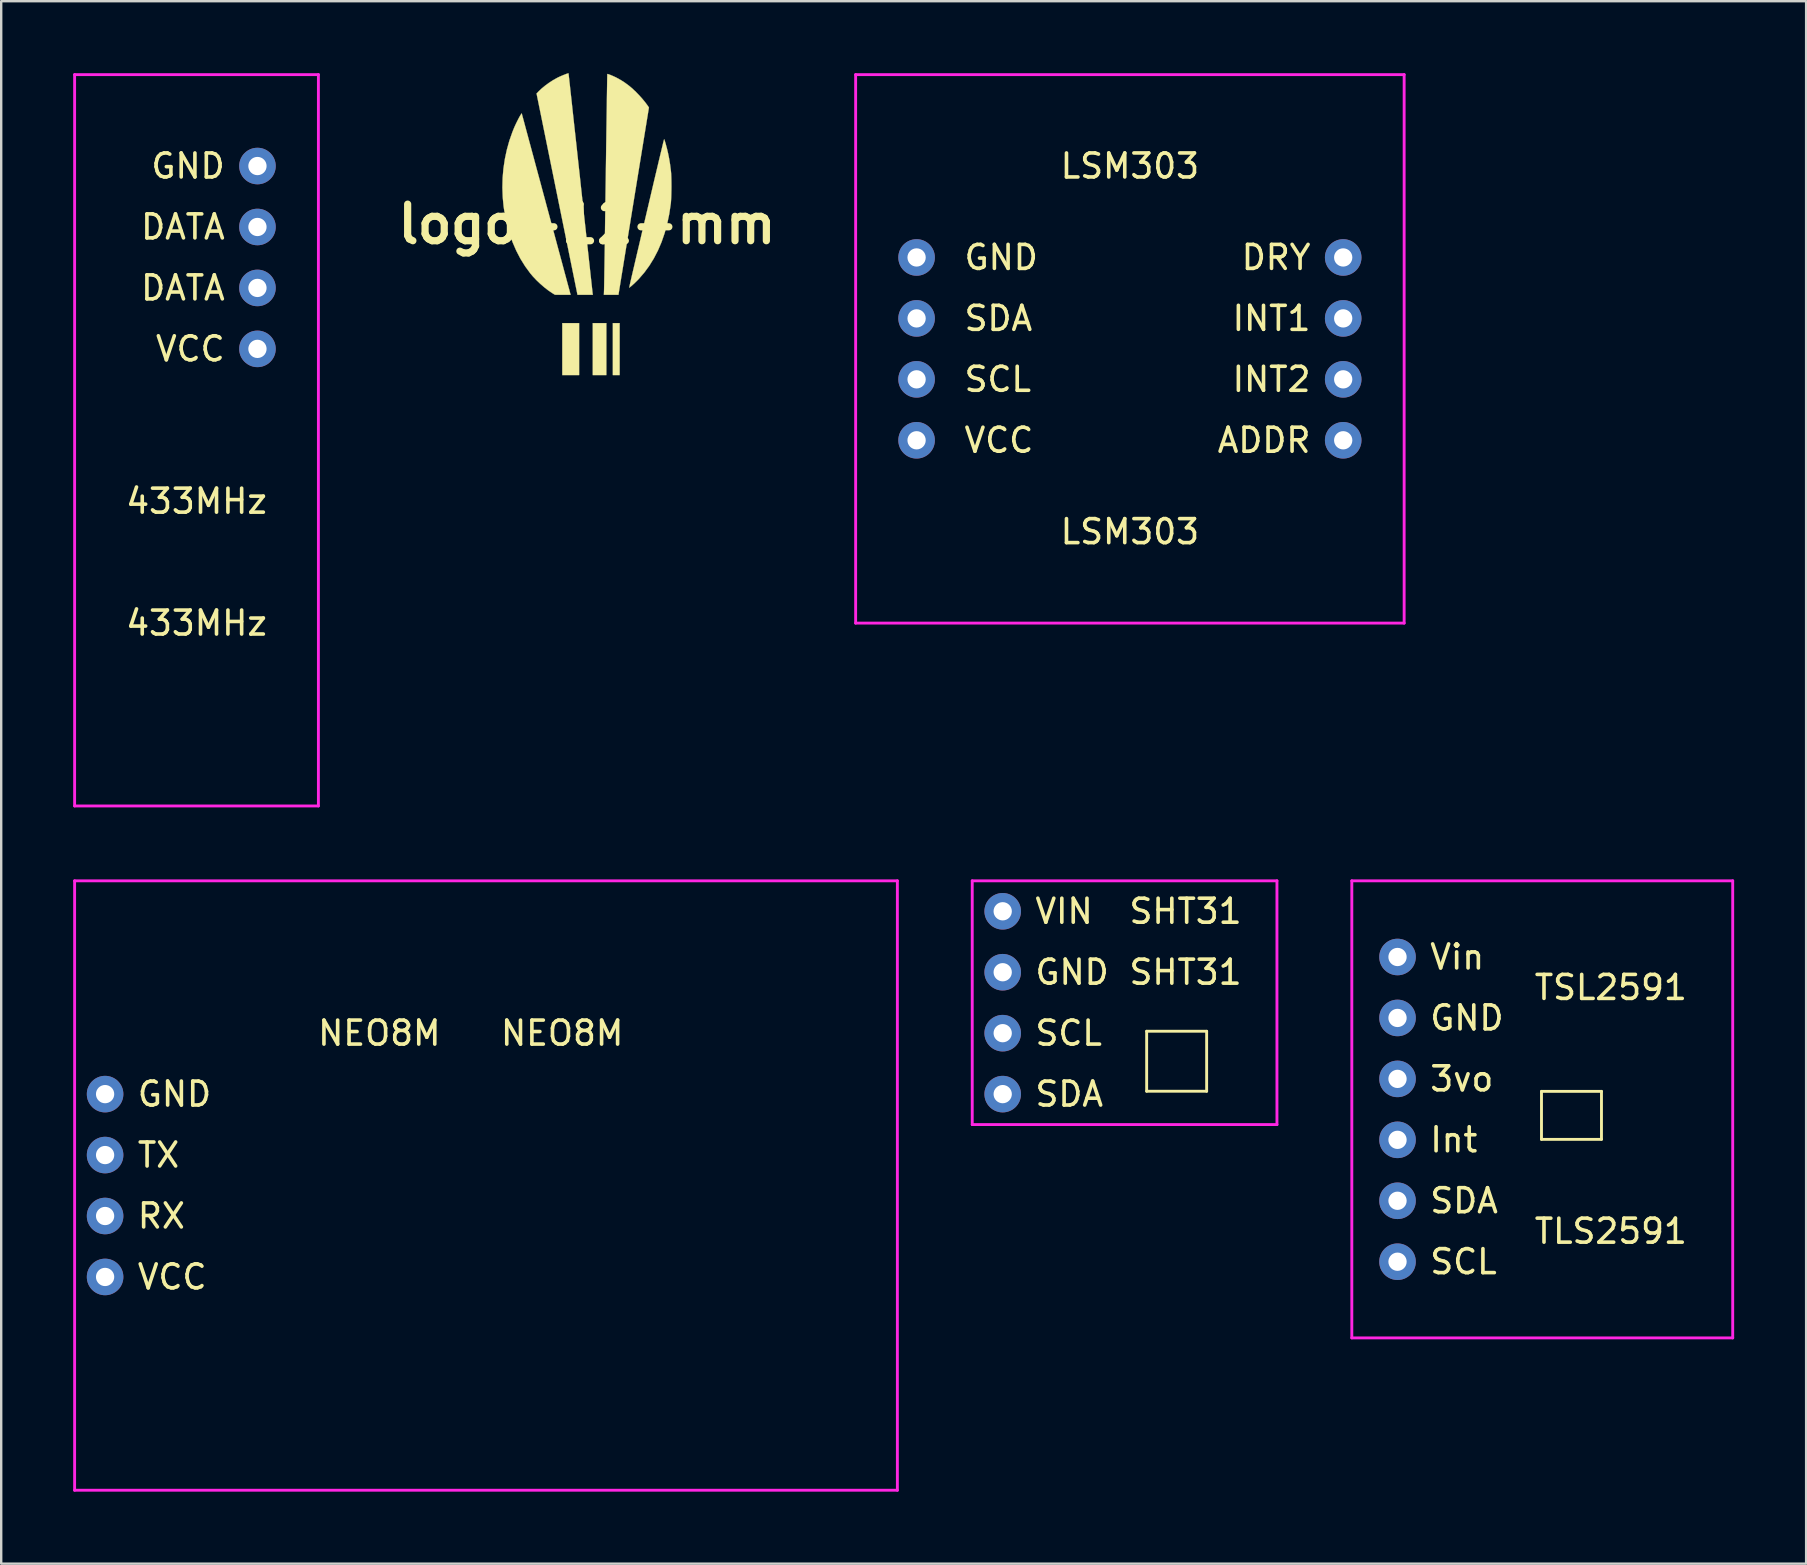
<source format=kicad_pcb>
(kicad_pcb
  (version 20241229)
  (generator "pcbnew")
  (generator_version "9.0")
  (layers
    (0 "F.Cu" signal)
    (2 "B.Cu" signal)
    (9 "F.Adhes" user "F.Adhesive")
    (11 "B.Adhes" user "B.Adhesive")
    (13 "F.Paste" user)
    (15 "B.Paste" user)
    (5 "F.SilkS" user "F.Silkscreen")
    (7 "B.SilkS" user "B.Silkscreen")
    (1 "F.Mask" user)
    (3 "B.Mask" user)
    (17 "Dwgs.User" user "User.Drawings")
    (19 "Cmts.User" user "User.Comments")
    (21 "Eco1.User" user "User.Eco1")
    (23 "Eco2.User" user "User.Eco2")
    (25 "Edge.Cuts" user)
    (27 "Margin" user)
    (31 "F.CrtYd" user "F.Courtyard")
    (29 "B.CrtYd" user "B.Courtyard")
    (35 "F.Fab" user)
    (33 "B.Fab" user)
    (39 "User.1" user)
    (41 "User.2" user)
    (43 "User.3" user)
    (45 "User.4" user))
  (footprint "logo-12-mm"
    (layer "F.Cu")
    (at 21.415 6.293)
    (property "Reference" "logo-12-mm" (at 0 0 0) (layer "F.SilkS") (effects (font (size 1.524 1.524) (thickness 0.3))))
    (attr through_hole)
    (fp_poly (pts (xy -0.329 6.29) (xy -1.031 6.29) (xy -1.031 4.124) (xy -0.329 4.124) (xy -0.329 6.29)) (stroke (width 0.01) (type solid)) (fill yes) (layer "F.SilkS"))
    (fp_poly (pts (xy 0.807 6.29) (xy 0.239 6.29) (xy 0.239 4.124) (xy 0.807 4.124) (xy 0.807 6.29)) (stroke (width 0.01) (type solid)) (fill yes) (layer "F.SilkS"))
    (fp_poly (pts (xy 1.36 6.29) (xy 1.076 6.29) (xy 1.076 4.124) (xy 1.36 4.124) (xy 1.36 6.29)) (stroke (width 0.01) (type solid)) (fill yes) (layer "F.SilkS"))
    (fp_poly (pts (xy -0.771 -6.287) (xy -0.769 -6.272) (xy -0.764 -6.229) (xy -0.756 -6.158) (xy -0.745 -6.06) (xy -0.732 -5.938) (xy -0.715 -5.791) (xy -0.697 -5.622) (xy -0.676 -5.431) (xy -0.652 -5.219) (xy -0.627 -4.988) (xy -0.6 -4.738) (xy -0.571 -4.471) (xy -0.54 -4.188) (xy -0.507 -3.89) (xy -0.473 -3.579) (xy -0.437 -3.254) (xy -0.401 -2.919) (xy -0.363 -2.572) (xy -0.324 -2.217) (xy -0.284 -1.853) (xy -0.27 -1.718) (xy -0.23 -1.351) (xy -0.191 -0.992) (xy -0.152 -0.641) (xy -0.115 -0.3) (xy -0.079 0.03) (xy -0.044 0.348) (xy -0.011 0.653) (xy 0.021 0.944) (xy 0.051 1.219) (xy 0.079 1.477) (xy 0.106 1.718) (xy 0.13 1.939) (xy 0.152 2.141) (xy 0.172 2.321) (xy 0.189 2.479) (xy 0.204 2.613) (xy 0.216 2.723) (xy 0.225 2.806) (xy 0.232 2.863) (xy 0.235 2.892) (xy 0.235 2.895) (xy 0.243 2.943) (xy -0.397 2.943) (xy -1.25 -1.251) (xy -2.103 -5.446) (xy -2.019 -5.533) (xy -1.894 -5.652) (xy -1.747 -5.773) (xy -1.587 -5.89) (xy -1.42 -5.999) (xy -1.255 -6.092) (xy -1.203 -6.119) (xy -1.139 -6.149) (xy -1.068 -6.18) (xy -0.994 -6.211) (xy -0.923 -6.239) (xy -0.86 -6.263) (xy -0.81 -6.28) (xy -0.779 -6.288) (xy -0.771 -6.287)) (stroke (width 0.01) (type solid)) (fill yes) (layer "F.SilkS"))
    (fp_poly (pts (xy -2.704 -4.556) (xy -2.699 -4.535) (xy -2.686 -4.488) (xy -2.666 -4.414) (xy -2.639 -4.315) (xy -2.606 -4.191) (xy -2.567 -4.046) (xy -2.522 -3.878) (xy -2.471 -3.691) (xy -2.416 -3.485) (xy -2.355 -3.261) (xy -2.29 -3.02) (xy -2.221 -2.765) (xy -2.149 -2.495) (xy -2.073 -2.213) (xy -1.993 -1.919) (xy -1.911 -1.615) (xy -1.827 -1.301) (xy -1.74 -0.98) (xy -1.696 -0.814) (xy -1.608 -0.49) (xy -1.523 -0.173) (xy -1.44 0.135) (xy -1.359 0.433) (xy -1.282 0.721) (xy -1.208 0.996) (xy -1.137 1.258) (xy -1.07 1.505) (xy -1.008 1.736) (xy -0.951 1.95) (xy -0.898 2.145) (xy -0.851 2.321) (xy -0.809 2.477) (xy -0.773 2.61) (xy -0.743 2.719) (xy -0.72 2.805) (xy -0.705 2.864) (xy -0.696 2.896) (xy -0.694 2.902) (xy -0.684 2.943) (xy -1.011 2.943) (xy -1.337 2.942) (xy -1.453 2.87) (xy -1.612 2.762) (xy -1.777 2.634) (xy -1.943 2.491) (xy -2.103 2.339) (xy -2.25 2.184) (xy -2.366 2.047) (xy -2.582 1.751) (xy -2.777 1.437) (xy -2.949 1.105) (xy -3.1 0.758) (xy -3.228 0.399) (xy -3.333 0.028) (xy -3.416 -0.352) (xy -3.476 -0.738) (xy -3.513 -1.13) (xy -3.527 -1.526) (xy -3.517 -1.922) (xy -3.483 -2.318) (xy -3.425 -2.711) (xy -3.342 -3.1) (xy -3.236 -3.482) (xy -3.104 -3.856) (xy -3.044 -4.004) (xy -3.002 -4.1) (xy -2.954 -4.202) (xy -2.904 -4.304) (xy -2.856 -4.398) (xy -2.812 -4.48) (xy -2.775 -4.542) (xy -2.766 -4.556) (xy -2.722 -4.621) (xy -2.704 -4.556)) (stroke (width 0.01) (type solid)) (fill yes) (layer "F.SilkS"))
    (fp_poly (pts (xy 3.221 -3.528) (xy 3.235 -3.491) (xy 3.253 -3.437) (xy 3.27 -3.38) (xy 3.331 -3.155) (xy 3.382 -2.938) (xy 3.425 -2.721) (xy 3.462 -2.494) (xy 3.493 -2.249) (xy 3.499 -2.196) (xy 3.507 -2.106) (xy 3.512 -1.992) (xy 3.516 -1.86) (xy 3.518 -1.715) (xy 3.519 -1.562) (xy 3.517 -1.408) (xy 3.514 -1.258) (xy 3.51 -1.119) (xy 3.503 -0.994) (xy 3.496 -0.891) (xy 3.491 -0.852) (xy 3.428 -0.425) (xy 3.342 -0.016) (xy 3.235 0.374) (xy 3.107 0.745) (xy 2.957 1.096) (xy 2.785 1.427) (xy 2.593 1.737) (xy 2.38 2.027) (xy 2.147 2.295) (xy 2.115 2.328) (xy 2.057 2.386) (xy 1.995 2.446) (xy 1.932 2.504) (xy 1.874 2.557) (xy 1.823 2.6) (xy 1.784 2.631) (xy 1.762 2.644) (xy 1.76 2.645) (xy 1.762 2.631) (xy 1.77 2.591) (xy 1.783 2.529) (xy 1.801 2.448) (xy 1.823 2.351) (xy 1.848 2.242) (xy 1.868 2.155) (xy 1.884 2.088) (xy 1.906 1.993) (xy 1.934 1.873) (xy 1.968 1.73) (xy 2.006 1.565) (xy 2.05 1.38) (xy 2.097 1.176) (xy 2.149 0.957) (xy 2.204 0.723) (xy 2.261 0.477) (xy 2.321 0.22) (xy 2.384 -0.045) (xy 2.448 -0.318) (xy 2.513 -0.596) (xy 2.579 -0.877) (xy 2.593 -0.938) (xy 2.657 -1.21) (xy 2.719 -1.475) (xy 2.779 -1.731) (xy 2.837 -1.976) (xy 2.892 -2.208) (xy 2.944 -2.427) (xy 2.992 -2.631) (xy 3.037 -2.817) (xy 3.077 -2.986) (xy 3.113 -3.135) (xy 3.144 -3.264) (xy 3.169 -3.369) (xy 3.189 -3.451) (xy 3.204 -3.507) (xy 3.212 -3.537) (xy 3.213 -3.541) (xy 3.221 -3.528)) (stroke (width 0.01) (type solid)) (fill yes) (layer "F.SilkS"))
    (fp_poly (pts (xy 0.863 -6.258) (xy 0.902 -6.247) (xy 0.957 -6.227) (xy 1.024 -6.2) (xy 1.096 -6.169) (xy 1.17 -6.135) (xy 1.216 -6.113) (xy 1.403 -6.01) (xy 1.58 -5.897) (xy 1.756 -5.766) (xy 1.786 -5.742) (xy 1.914 -5.631) (xy 2.049 -5.502) (xy 2.185 -5.361) (xy 2.315 -5.214) (xy 2.433 -5.07) (xy 2.533 -4.935) (xy 2.535 -4.931) (xy 2.581 -4.863) (xy 2.008 -1.345) (xy 1.955 -1.019) (xy 1.903 -0.699) (xy 1.852 -0.384) (xy 1.802 -0.078) (xy 1.754 0.219) (xy 1.707 0.506) (xy 1.662 0.78) (xy 1.62 1.04) (xy 1.58 1.286) (xy 1.543 1.514) (xy 1.509 1.725) (xy 1.478 1.916) (xy 1.45 2.086) (xy 1.426 2.233) (xy 1.406 2.356) (xy 1.39 2.454) (xy 1.379 2.525) (xy 1.373 2.559) (xy 1.311 2.943) (xy 0.703 2.943) (xy 0.71 2.76) (xy 0.711 2.73) (xy 0.712 2.672) (xy 0.714 2.586) (xy 0.716 2.474) (xy 0.718 2.337) (xy 0.721 2.176) (xy 0.723 1.992) (xy 0.727 1.788) (xy 0.73 1.563) (xy 0.734 1.319) (xy 0.738 1.058) (xy 0.742 0.781) (xy 0.746 0.488) (xy 0.751 0.181) (xy 0.755 -0.138) (xy 0.76 -0.468) (xy 0.765 -0.809) (xy 0.77 -1.159) (xy 0.775 -1.517) (xy 0.78 -1.838) (xy 0.785 -2.199) (xy 0.79 -2.553) (xy 0.795 -2.897) (xy 0.799 -3.232) (xy 0.804 -3.555) (xy 0.808 -3.866) (xy 0.813 -4.163) (xy 0.817 -4.445) (xy 0.821 -4.712) (xy 0.825 -4.961) (xy 0.828 -5.192) (xy 0.831 -5.404) (xy 0.834 -5.595) (xy 0.837 -5.764) (xy 0.839 -5.911) (xy 0.841 -6.033) (xy 0.843 -6.13) (xy 0.844 -6.201) (xy 0.845 -6.244) (xy 0.846 -6.258) (xy 0.863 -6.258)) (stroke (width 0.01) (type solid)) (fill yes) (layer "F.SilkS")))
  (footprint "LSM303"
    (layer "F.Cu")
    (at 35.151 7.68)
    (property "Reference" "LSM303" (at 8.89 11.43 0) (layer "F.SilkS") (effects (font (size 1 1) (thickness 0.15))))
    (attr through_hole)
    (fp_line (start -2.54 -7.62) (end -2.54 15.24) (stroke (width 0.12) (type solid)) (layer "F.CrtYd"))
    (fp_line (start -2.54 -7.62) (end 20.32 -7.62) (stroke (width 0.12) (type solid)) (layer "F.CrtYd"))
    (fp_line (start 20.32 -7.62) (end 20.32 15.24) (stroke (width 0.12) (type solid)) (layer "F.CrtYd"))
    (fp_line (start 20.32 15.24) (end -2.54 15.24) (stroke (width 0.12) (type solid)) (layer "F.CrtYd"))
    (fp_text user "LSM303" (at 8.89 -3.81 0) (layer "F.SilkS") (effects (font (size 1 1) (thickness 0.15))))
    (fp_text user "ADDR" (at 16.51 7.62 0) (layer "F.SilkS") (effects (font (size 1 1) (thickness 0.15)) (justify right)))
    (fp_text user "SCL" (at 1.905 5.08 0) (layer "F.SilkS") (effects (font (size 1 1) (thickness 0.15)) (justify left)))
    (fp_text user "GND" (at 1.905 0 0) (layer "F.SilkS") (effects (font (size 1 1) (thickness 0.15)) (justify left)))
    (fp_text user "VCC" (at 1.905 7.62 0) (layer "F.SilkS") (effects (font (size 1 1) (thickness 0.15)) (justify left)))
    (fp_text user "INT1" (at 16.51 2.54 0) (layer "F.SilkS") (effects (font (size 1 1) (thickness 0.15)) (justify right)))
    (fp_text user "DRY" (at 16.51 0 0) (layer "F.SilkS") (effects (font (size 1 1) (thickness 0.15)) (justify right)))
    (fp_text user "SDA" (at 1.905 2.54 0) (layer "F.SilkS") (effects (font (size 1 1) (thickness 0.15)) (justify left)))
    (fp_text user "INT2" (at 16.51 5.08 0) (layer "F.SilkS") (effects (font (size 1 1) (thickness 0.15)) (justify right)))
    (pad "1" thru_hole circle (at 0 0) (size 1.524 1.524) (drill 0.762) (layers "*.Cu" "*.Mask"))
    (pad "2" thru_hole circle (at 0 2.54) (size 1.524 1.524) (drill 0.762) (layers "*.Cu" "*.Mask"))
    (pad "3" thru_hole circle (at 0 5.08) (size 1.524 1.524) (drill 0.762) (layers "*.Cu" "*.Mask"))
    (pad "4" thru_hole circle (at 0 7.62) (size 1.524 1.524) (drill 0.762) (layers "*.Cu" "*.Mask"))
    (pad "5" thru_hole circle (at 17.78 7.62) (size 1.524 1.524) (drill 0.762) (layers "*.Cu" "*.Mask"))
    (pad "6" thru_hole circle (at 17.78 5.08) (size 1.524 1.524) (drill 0.762) (layers "*.Cu" "*.Mask"))
    (pad "7" thru_hole circle (at 17.78 2.54) (size 1.524 1.524) (drill 0.762) (layers "*.Cu" "*.Mask"))
    (pad "8" thru_hole circle (at 17.78 0) (size 1.524 1.524) (drill 0.762) (layers "*.Cu" "*.Mask")))
  (footprint "TLS2591"
    (layer "F.Cu")
    (at 55.195 36.835)
    (property "Reference" "TLS2591" (at 8.89 11.43 0) (layer "F.SilkS") (effects (font (size 1 1) (thickness 0.15))))
    (attr through_hole)
    (fp_line (start 6 5.6) (end 6 7.6) (stroke (width 0.12) (type solid)) (layer "F.SilkS"))
    (fp_line (start 6 5.6) (end 8.5 5.6) (stroke (width 0.12) (type solid)) (layer "F.SilkS"))
    (fp_line (start 6 7.6) (end 8.5 7.6) (stroke (width 0.12) (type solid)) (layer "F.SilkS"))
    (fp_line (start 8.5 5.6) (end 8.5 7.6) (stroke (width 0.12) (type solid)) (layer "F.SilkS"))
    (fp_line (start -1.905 -3.175) (end 13.97 -3.175) (stroke (width 0.12) (type solid)) (layer "F.CrtYd"))
    (fp_line (start -1.905 15.875) (end -1.905 -3.175) (stroke (width 0.12) (type solid)) (layer "F.CrtYd"))
    (fp_line (start 13.97 15.875) (end -1.905 15.875) (stroke (width 0.12) (type solid)) (layer "F.CrtYd"))
    (fp_line (start 13.97 15.875) (end 13.97 -3.175) (stroke (width 0.12) (type solid)) (layer "F.CrtYd"))
    (fp_text user "Int" (at 1.27 7.62 0) (layer "F.SilkS") (effects (font (size 1 1) (thickness 0.15)) (justify left)))
    (fp_text user "GND" (at 1.27 2.54 0) (layer "F.SilkS") (effects (font (size 1 1) (thickness 0.15)) (justify left)))
    (fp_text user "3vo" (at 1.27 5.08 0) (layer "F.SilkS") (effects (font (size 1 1) (thickness 0.15)) (justify left)))
    (fp_text user "Vin" (at 1.27 0 0) (layer "F.SilkS") (effects (font (size 1 1) (thickness 0.15)) (justify left)))
    (fp_text user "TSL2591" (at 8.89 1.27 0) (layer "F.SilkS") (effects (font (size 1 1) (thickness 0.15))))
    (fp_text user "SDA" (at 1.27 10.16 0) (layer "F.SilkS") (effects (font (size 1 1) (thickness 0.15)) (justify left)))
    (fp_text user "SCL" (at 1.27 12.7 0) (layer "F.SilkS") (effects (font (size 1 1) (thickness 0.15)) (justify left)))
    (pad "1" thru_hole circle (at 0 0) (size 1.524 1.524) (drill 0.762) (layers "*.Cu" "*.Mask"))
    (pad "2" thru_hole circle (at 0 2.54) (size 1.524 1.524) (drill 0.762) (layers "*.Cu" "*.Mask"))
    (pad "3" thru_hole circle (at 0 5.08) (size 1.524 1.524) (drill 0.762) (layers "*.Cu" "*.Mask"))
    (pad "4" thru_hole circle (at 0 7.62) (size 1.524 1.524) (drill 0.762) (layers "*.Cu" "*.Mask"))
    (pad "5" thru_hole circle (at 0 10.16) (size 1.524 1.524) (drill 0.762) (layers "*.Cu" "*.Mask"))
    (pad "6" thru_hole circle (at 0 12.7) (size 1.524 1.524) (drill 0.762) (layers "*.Cu" "*.Mask")))
  (footprint "SHT31"
    (layer "F.Cu")
    (at 38.74 34.93)
    (property "Reference" "SHT31" (at 7.62 2.54 0) (layer "F.SilkS") (effects (font (size 1 1) (thickness 0.15))))
    (attr through_hole)
    (fp_line (start 6 5) (end 6 7.5) (stroke (width 0.12) (type solid)) (layer "F.SilkS"))
    (fp_line (start 6 7.5) (end 8.5 7.5) (stroke (width 0.12) (type solid)) (layer "F.SilkS"))
    (fp_line (start 8.5 5) (end 6 5) (stroke (width 0.12) (type solid)) (layer "F.SilkS"))
    (fp_line (start 8.5 5) (end 8.5 7.5) (stroke (width 0.12) (type solid)) (layer "F.SilkS"))
    (fp_line (start -1.27 -1.27) (end -1.27 8.89) (stroke (width 0.12) (type solid)) (layer "F.CrtYd"))
    (fp_line (start -1.27 8.89) (end 11.43 8.89) (stroke (width 0.12) (type solid)) (layer "F.CrtYd"))
    (fp_line (start 11.43 -1.27) (end -1.27 -1.27) (stroke (width 0.12) (type solid)) (layer "F.CrtYd"))
    (fp_line (start 11.43 8.89) (end 11.43 -1.27) (stroke (width 0.12) (type solid)) (layer "F.CrtYd"))
    (fp_text user "GND" (at 1.27 2.54 0) (layer "F.SilkS") (effects (font (size 1 1) (thickness 0.15)) (justify left)))
    (fp_text user "VIN" (at 1.27 0 0) (layer "F.SilkS") (effects (font (size 1 1) (thickness 0.15)) (justify left)))
    (fp_text user "SHT31" (at 7.62 0 0) (layer "F.SilkS") (effects (font (size 1 1) (thickness 0.15))))
    (fp_text user "SCL" (at 1.27 5.08 0) (layer "F.SilkS") (effects (font (size 1 1) (thickness 0.15)) (justify left)))
    (fp_text user "SDA" (at 1.27 7.62 0) (layer "F.SilkS") (effects (font (size 1 1) (thickness 0.15)) (justify left)))
    (pad "1" thru_hole circle (at 0 0) (size 1.524 1.524) (drill 0.762) (layers "*.Cu" "*.Mask"))
    (pad "2" thru_hole circle (at 0 2.54) (size 1.524 1.524) (drill 0.762) (layers "*.Cu" "*.Mask"))
    (pad "3" thru_hole circle (at 0 5.08) (size 1.524 1.524) (drill 0.762) (layers "*.Cu" "*.Mask"))
    (pad "4" thru_hole circle (at 0 7.62) (size 1.524 1.524) (drill 0.762) (layers "*.Cu" "*.Mask")))
  (footprint "NEO8M"
    (layer "F.Cu")
    (at 1.33 50.17)
    (property "Reference" "NEO8M" (at 11.43 -10.16 0) (layer "F.SilkS") (effects (font (size 1 1) (thickness 0.15))))
    (attr through_hole)
    (fp_line (start -1.27 -16.51) (end -1.27 8.89) (stroke (width 0.12) (type solid)) (layer "F.CrtYd"))
    (fp_line (start -1.27 8.89) (end 33.02 8.89) (stroke (width 0.12) (type solid)) (layer "F.CrtYd"))
    (fp_line (start 33.02 -16.51) (end -1.27 -16.51) (stroke (width 0.12) (type solid)) (layer "F.CrtYd"))
    (fp_line (start 33.02 8.89) (end 33.02 -16.51) (stroke (width 0.12) (type solid)) (layer "F.CrtYd"))
    (fp_text user "TX" (at 1.27 -5.08 0) (layer "F.SilkS") (effects (font (size 1 1) (thickness 0.15)) (justify left)))
    (fp_text user "VCC" (at 1.27 0 0) (layer "F.SilkS") (effects (font (size 1 1) (thickness 0.15)) (justify left)))
    (fp_text user "RX" (at 1.27 -2.54 0) (layer "F.SilkS") (effects (font (size 1 1) (thickness 0.15)) (justify left)))
    (fp_text user "NEO8M" (at 19.05 -10.16 0) (layer "F.SilkS") (effects (font (size 1 1) (thickness 0.15))))
    (fp_text user "GND" (at 1.27 -7.62 0) (layer "F.SilkS") (effects (font (size 1 1) (thickness 0.15)) (justify left)))
    (pad "1" thru_hole circle (at 0 0) (size 1.524 1.524) (drill 0.762) (layers "*.Cu" "*.Mask"))
    (pad "2" thru_hole circle (at 0 -2.54) (size 1.524 1.524) (drill 0.762) (layers "*.Cu" "*.Mask"))
    (pad "3" thru_hole circle (at 0 -5.08) (size 1.524 1.524) (drill 0.762) (layers "*.Cu" "*.Mask"))
    (pad "4" thru_hole circle (at 0 -7.62) (size 1.524 1.524) (drill 0.762) (layers "*.Cu" "*.Mask")))
  (footprint "433MHz"
    (layer "F.Cu")
    (at 7.68 3.87)
    (property "Reference" "433MHz" (at -2.54 19.05 0) (layer "F.SilkS") (effects (font (size 1 1) (thickness 0.15))))
    (attr through_hole)
    (fp_line (start -7.62 -3.81) (end -7.62 26.67) (stroke (width 0.12) (type solid)) (layer "F.CrtYd"))
    (fp_line (start -7.62 26.67) (end 2.54 26.67) (stroke (width 0.12) (type solid)) (layer "F.CrtYd"))
    (fp_line (start 2.54 -3.81) (end -7.62 -3.81) (stroke (width 0.12) (type solid)) (layer "F.CrtYd"))
    (fp_line (start 2.54 26.67) (end 2.54 -3.81) (stroke (width 0.12) (type solid)) (layer "F.CrtYd"))
    (fp_text user "DATA" (at -1.27 5.08 0) (layer "F.SilkS") (effects (font (size 1 1) (thickness 0.15)) (justify right)))
    (fp_text user "VCC" (at -1.27 7.62 0) (layer "F.SilkS") (effects (font (size 1 1) (thickness 0.15)) (justify right)))
    (fp_text user "DATA" (at -1.27 2.54 0) (layer "F.SilkS") (effects (font (size 1 1) (thickness 0.15)) (justify right)))
    (fp_text user "433MHz" (at -2.54 13.97 0) (layer "F.SilkS") (effects (font (size 1 1) (thickness 0.15))))
    (fp_text user "GND" (at -1.27 0 0) (layer "F.SilkS") (effects (font (size 1 1) (thickness 0.15)) (justify right)))
    (pad "1" thru_hole circle (at 0 0) (size 1.524 1.524) (drill 0.762) (layers "*.Cu" "*.Mask"))
    (pad "2" thru_hole circle (at 0 2.54) (size 1.524 1.524) (drill 0.762) (layers "*.Cu" "*.Mask"))
    (pad "3" thru_hole circle (at 0 5.08) (size 1.524 1.524) (drill 0.762) (layers "*.Cu" "*.Mask"))
    (pad "4" thru_hole circle (at 0 7.62) (size 1.524 1.524) (drill 0.762) (layers "*.Cu" "*.Mask")))
  (gr_rect
    (start -3 -3)
    (end 72.225 62.12)
    (stroke (width 0.1) (type default))
    (fill no)
    (layer "Edge.Cuts")))
</source>
